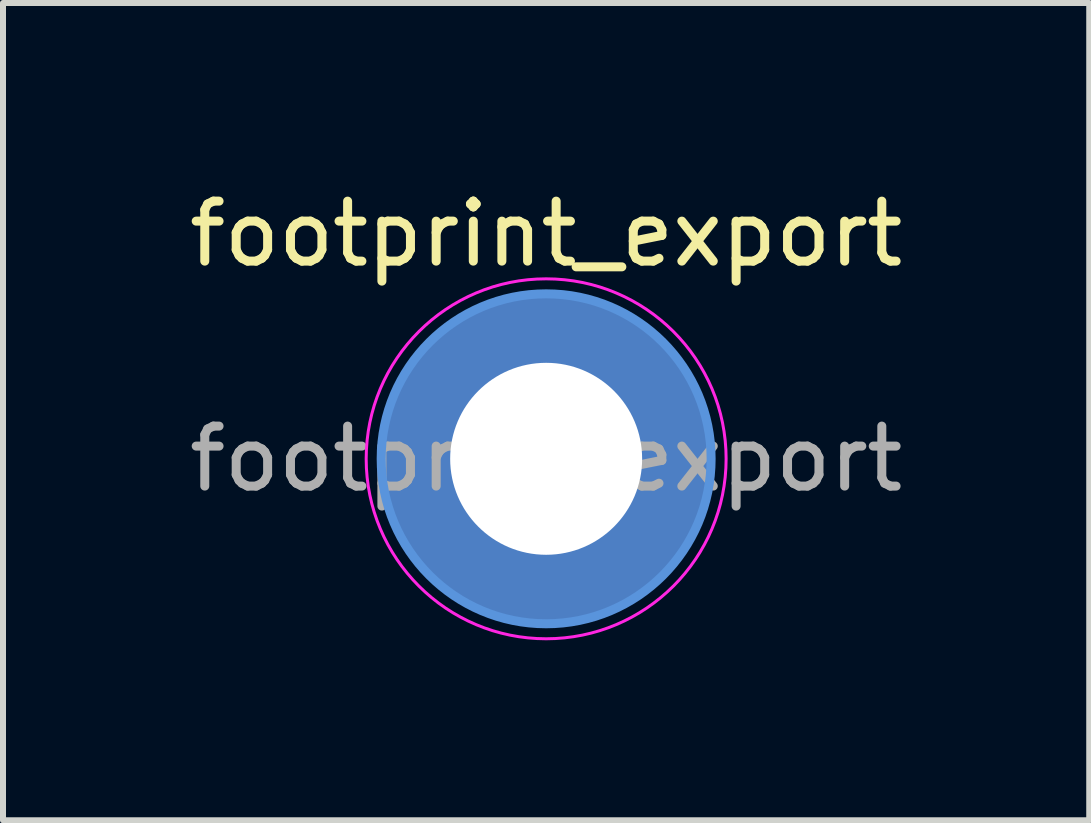
<source format=kicad_pcb>
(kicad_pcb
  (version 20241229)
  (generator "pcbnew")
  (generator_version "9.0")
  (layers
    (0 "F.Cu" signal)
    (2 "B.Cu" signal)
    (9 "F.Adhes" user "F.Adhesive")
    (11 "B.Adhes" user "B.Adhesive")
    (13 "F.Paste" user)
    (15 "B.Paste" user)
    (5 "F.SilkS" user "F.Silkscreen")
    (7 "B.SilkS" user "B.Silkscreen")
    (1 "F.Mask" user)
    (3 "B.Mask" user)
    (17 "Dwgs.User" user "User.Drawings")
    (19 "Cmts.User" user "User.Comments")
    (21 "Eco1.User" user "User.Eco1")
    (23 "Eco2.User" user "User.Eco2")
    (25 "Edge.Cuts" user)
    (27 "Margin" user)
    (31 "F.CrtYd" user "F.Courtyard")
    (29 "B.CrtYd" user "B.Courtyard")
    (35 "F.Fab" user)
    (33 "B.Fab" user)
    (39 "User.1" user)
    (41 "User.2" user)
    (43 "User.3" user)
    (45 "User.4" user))
  (footprint "footprint_export"
    (layer "F.Cu")
    (at 6.054 4.598)
    (property "Reference" "footprint_export" (at 0 -3.75 0) (layer "F.SilkS") (effects (font (size 1 1) (thickness 0.15))))
    (attr exclude_from_pos_files exclude_from_bom)
    (fp_circle (center 0 0) (end 2.75 0) (stroke (width 0.15) (type solid)) (fill no) (layer "Cmts.User"))
    (fp_circle (center 0 0) (end 3 0) (stroke (width 0.05) (type solid)) (fill no) (layer "F.CrtYd"))
    (fp_text user "${REFERENCE}" (at 0 0 0) (layer "F.Fab") (effects (font (size 1 1) (thickness 0.15))))
    (pad "1" thru_hole circle (at 0 0) (size 3.6 3.6) (drill 3.2) (layers "*.Cu" "*.Mask"))
    (pad "1" connect circle (at 0 0) (size 5.5 5.5) (layers "F.Cu" "F.Mask"))
    (pad "1" connect circle (at 0 0) (size 5.5 5.5) (layers "B.Cu" "B.Mask")))
  (gr_rect
    (start -3 -3)
    (end 15.107 10.623)
    (stroke (width 0.1) (type default))
    (fill no)
    (layer "Edge.Cuts")))
</source>
